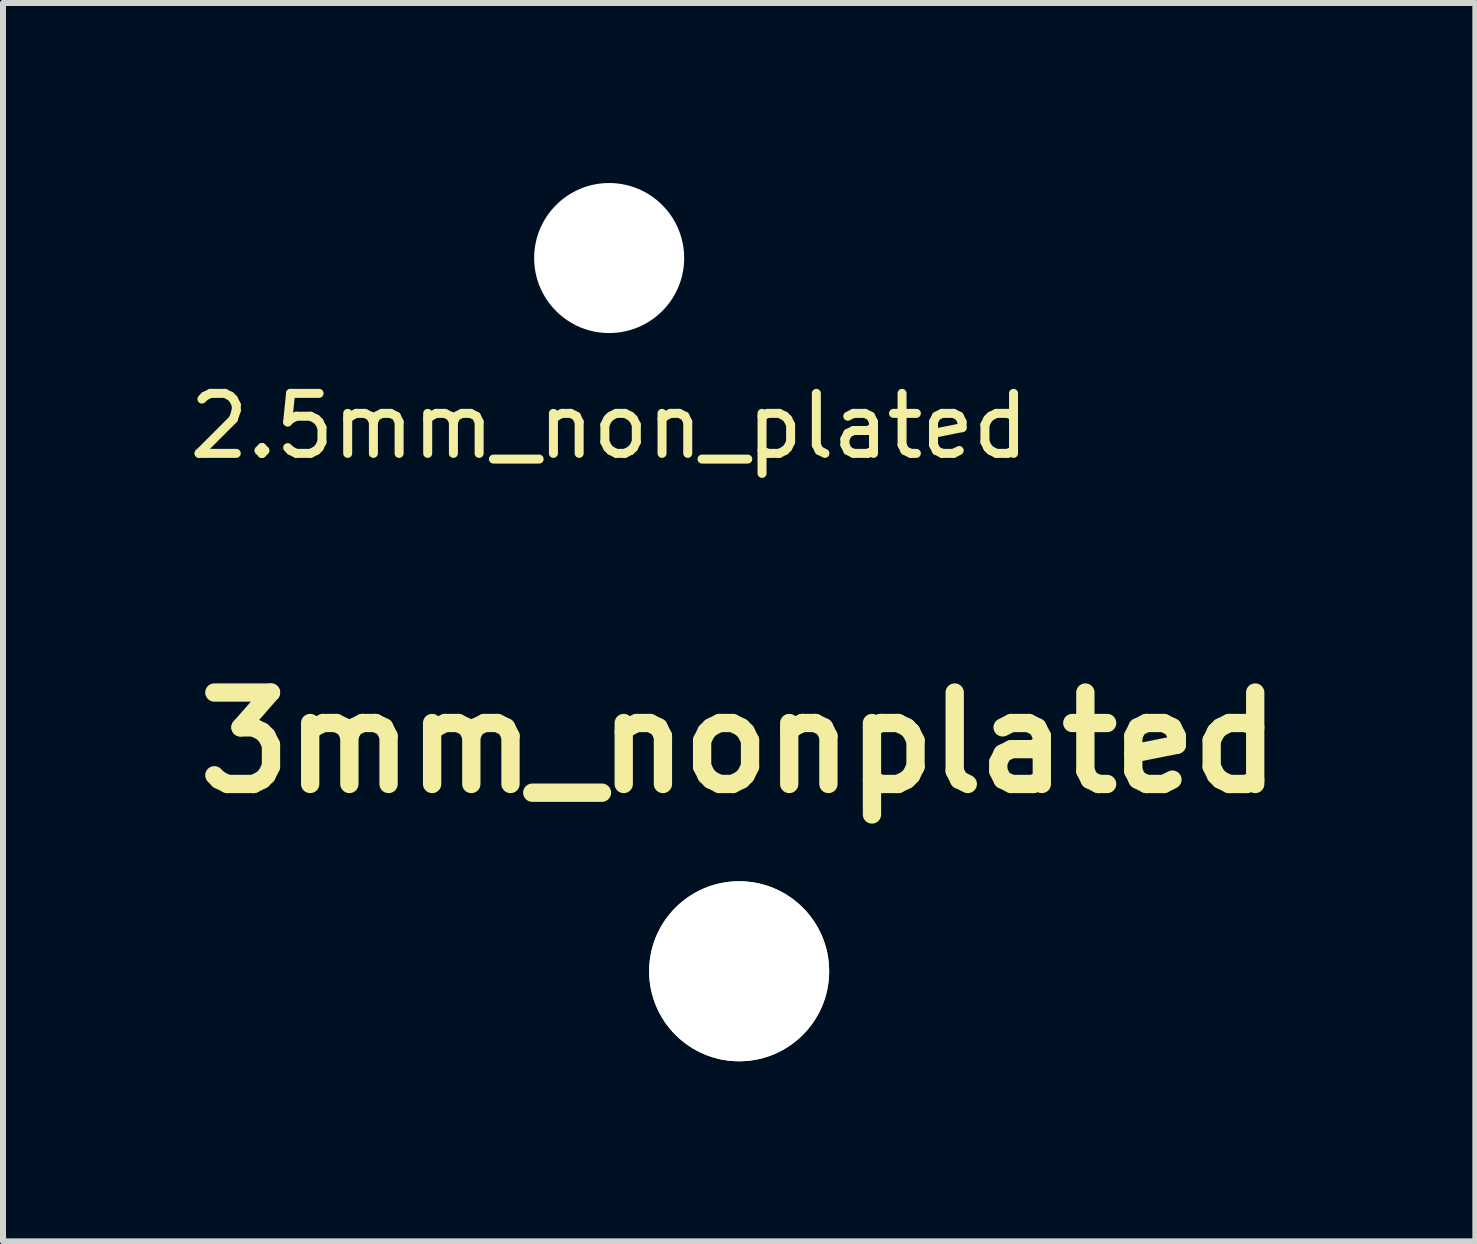
<source format=kicad_pcb>
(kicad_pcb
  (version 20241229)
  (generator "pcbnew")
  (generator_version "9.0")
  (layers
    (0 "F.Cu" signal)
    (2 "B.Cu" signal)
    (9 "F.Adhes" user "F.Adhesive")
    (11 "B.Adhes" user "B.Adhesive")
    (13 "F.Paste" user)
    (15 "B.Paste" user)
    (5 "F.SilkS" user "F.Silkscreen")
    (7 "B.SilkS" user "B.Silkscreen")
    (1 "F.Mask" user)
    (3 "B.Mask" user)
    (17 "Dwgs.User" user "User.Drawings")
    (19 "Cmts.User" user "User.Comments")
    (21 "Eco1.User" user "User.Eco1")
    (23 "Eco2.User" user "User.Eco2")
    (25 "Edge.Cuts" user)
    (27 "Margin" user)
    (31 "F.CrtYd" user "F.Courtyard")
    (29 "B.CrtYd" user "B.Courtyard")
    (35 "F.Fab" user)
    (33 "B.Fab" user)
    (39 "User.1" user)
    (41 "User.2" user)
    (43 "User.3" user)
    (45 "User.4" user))
  (footprint "2.5mm_non_plated"
    (layer "F.Cu")
    (at 7.101 1.25)
    (property "Reference" "2.5mm_non_plated" (at 0 2.8 0) (layer "F.SilkS") (effects (font (size 1 1) (thickness 0.15))))
    (attr through_hole)
    (pad "" np_thru_hole circle (at 0 0) (size 2.5 2.5) (drill 2.5) (layers "*.Cu" "*.Mask")))
  (footprint "3mm_nonplated"
    (layer "F.Cu")
    (at 9.267 13.135)
    (property "Reference" "3mm_nonplated" (at 0 -3.81 0) (layer "F.SilkS") (effects (font (size 1.524 1.524) (thickness 0.305))))
    (attr through_hole)
    (pad "" np_thru_hole circle (at 0 0) (size 3 3) (drill 3) (layers "*.Cu" "*.Mask" "F.SilkS")))
  (gr_rect
    (start -3 -3)
    (end 21.535 17.635)
    (stroke (width 0.1) (type default))
    (fill no)
    (layer "Edge.Cuts")))
</source>
